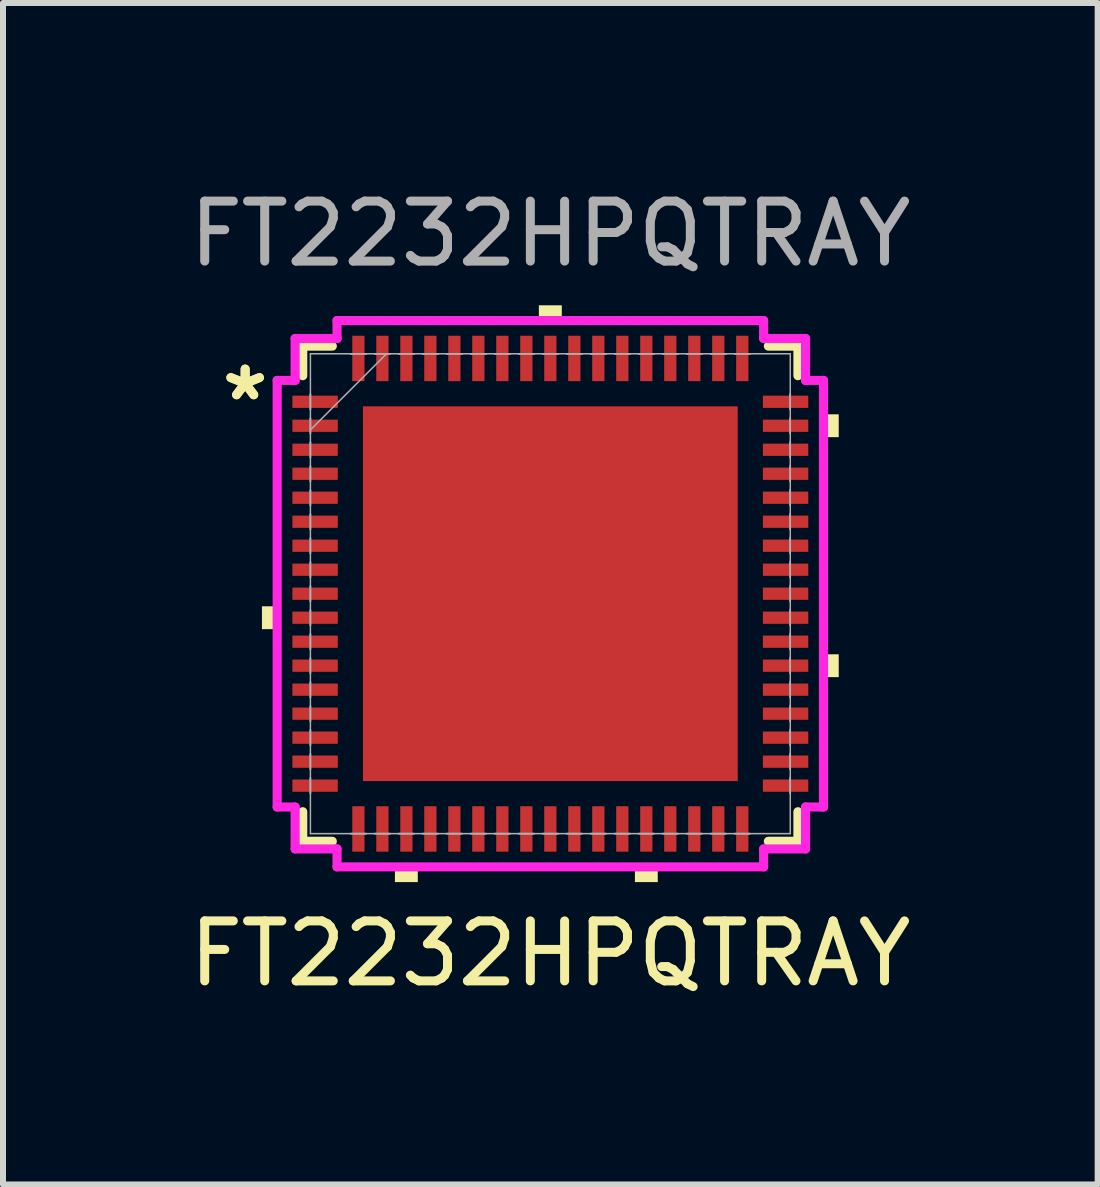
<source format=kicad_pcb>
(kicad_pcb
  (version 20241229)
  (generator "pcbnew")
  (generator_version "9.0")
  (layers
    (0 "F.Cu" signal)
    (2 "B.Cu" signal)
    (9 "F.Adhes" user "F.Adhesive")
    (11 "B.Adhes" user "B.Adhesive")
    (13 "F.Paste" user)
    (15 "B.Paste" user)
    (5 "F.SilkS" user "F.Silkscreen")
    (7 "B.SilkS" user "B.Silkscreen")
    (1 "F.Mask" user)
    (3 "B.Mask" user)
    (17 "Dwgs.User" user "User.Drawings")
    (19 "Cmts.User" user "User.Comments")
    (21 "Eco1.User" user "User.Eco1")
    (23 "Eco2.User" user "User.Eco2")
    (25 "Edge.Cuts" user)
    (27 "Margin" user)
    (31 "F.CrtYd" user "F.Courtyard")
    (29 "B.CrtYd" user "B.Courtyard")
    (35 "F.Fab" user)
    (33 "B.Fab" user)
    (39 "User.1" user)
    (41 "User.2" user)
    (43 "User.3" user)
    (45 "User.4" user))
  (footprint "FT2232HPQTRAY"
    (layer "F.Cu")
    (at 6.125 6.848)
    (property "Reference" "FT2232HPQTRAY" (at 0 6 0) (unlocked yes) (layer "F.SilkS") (effects (font (size 1 1) (thickness 0.15))))
    (attr smd)
    (fp_line (start -4.128 -4.128) (end -4.128 -3.635) (stroke (width 0.152) (type solid)) (layer "F.SilkS"))
    (fp_line (start -4.128 3.635) (end -4.128 4.128) (stroke (width 0.152) (type solid)) (layer "F.SilkS"))
    (fp_line (start -4.128 4.128) (end -3.635 4.128) (stroke (width 0.152) (type solid)) (layer "F.SilkS"))
    (fp_line (start -3.635 -4.128) (end -4.128 -4.128) (stroke (width 0.152) (type solid)) (layer "F.SilkS"))
    (fp_line (start 3.635 4.128) (end 4.128 4.128) (stroke (width 0.152) (type solid)) (layer "F.SilkS"))
    (fp_line (start 4.128 -4.128) (end 3.635 -4.128) (stroke (width 0.152) (type solid)) (layer "F.SilkS"))
    (fp_line (start 4.128 -3.635) (end 4.128 -4.128) (stroke (width 0.152) (type solid)) (layer "F.SilkS"))
    (fp_line (start 4.128 4.128) (end 4.128 3.635) (stroke (width 0.152) (type solid)) (layer "F.SilkS"))
    (fp_poly (pts (xy -4.808 0.21) (xy -4.808 0.591) (xy -4.554 0.591) (xy -4.554 0.21)) (stroke (width 0) (type solid)) (fill yes) (layer "F.SilkS"))
    (fp_poly (pts (xy -2.591 4.554) (xy -2.591 4.808) (xy -2.21 4.808) (xy -2.21 4.554)) (stroke (width 0) (type solid)) (fill yes) (layer "F.SilkS"))
    (fp_poly (pts (xy -0.191 -4.554) (xy -0.191 -4.808) (xy 0.191 -4.808) (xy 0.191 -4.554)) (stroke (width 0) (type solid)) (fill yes) (layer "F.SilkS"))
    (fp_poly (pts (xy 1.41 4.554) (xy 1.41 4.808) (xy 1.791 4.808) (xy 1.791 4.554)) (stroke (width 0) (type solid)) (fill yes) (layer "F.SilkS"))
    (fp_poly (pts (xy 4.808 -2.991) (xy 4.808 -2.61) (xy 4.554 -2.61) (xy 4.554 -2.991)) (stroke (width 0) (type solid)) (fill yes) (layer "F.SilkS"))
    (fp_poly (pts (xy 4.808 1.01) (xy 4.808 1.391) (xy 4.554 1.391) (xy 4.554 1.01)) (stroke (width 0) (type solid)) (fill yes) (layer "F.SilkS"))
    (fp_line (start -4.554 -3.556) (end -4.255 -3.556) (stroke (width 0.152) (type solid)) (layer "F.CrtYd"))
    (fp_line (start -4.554 3.556) (end -4.554 -3.556) (stroke (width 0.152) (type solid)) (layer "F.CrtYd"))
    (fp_line (start -4.255 -4.255) (end -3.556 -4.255) (stroke (width 0.152) (type solid)) (layer "F.CrtYd"))
    (fp_line (start -4.255 -3.556) (end -4.255 -4.255) (stroke (width 0.152) (type solid)) (layer "F.CrtYd"))
    (fp_line (start -4.255 3.556) (end -4.554 3.556) (stroke (width 0.152) (type solid)) (layer "F.CrtYd"))
    (fp_line (start -4.255 4.255) (end -4.255 3.556) (stroke (width 0.152) (type solid)) (layer "F.CrtYd"))
    (fp_line (start -3.556 -4.554) (end 3.556 -4.554) (stroke (width 0.152) (type solid)) (layer "F.CrtYd"))
    (fp_line (start -3.556 -4.255) (end -3.556 -4.554) (stroke (width 0.152) (type solid)) (layer "F.CrtYd"))
    (fp_line (start -3.556 4.255) (end -4.255 4.255) (stroke (width 0.152) (type solid)) (layer "F.CrtYd"))
    (fp_line (start -3.556 4.554) (end -3.556 4.255) (stroke (width 0.152) (type solid)) (layer "F.CrtYd"))
    (fp_line (start 3.556 -4.554) (end 3.556 -4.255) (stroke (width 0.152) (type solid)) (layer "F.CrtYd"))
    (fp_line (start 3.556 -4.255) (end 4.255 -4.255) (stroke (width 0.152) (type solid)) (layer "F.CrtYd"))
    (fp_line (start 3.556 4.255) (end 3.556 4.554) (stroke (width 0.152) (type solid)) (layer "F.CrtYd"))
    (fp_line (start 3.556 4.554) (end -3.556 4.554) (stroke (width 0.152) (type solid)) (layer "F.CrtYd"))
    (fp_line (start 4.255 -4.255) (end 4.255 -3.556) (stroke (width 0.152) (type solid)) (layer "F.CrtYd"))
    (fp_line (start 4.255 -3.556) (end 4.554 -3.556) (stroke (width 0.152) (type solid)) (layer "F.CrtYd"))
    (fp_line (start 4.255 3.556) (end 4.255 4.255) (stroke (width 0.152) (type solid)) (layer "F.CrtYd"))
    (fp_line (start 4.255 4.255) (end 3.556 4.255) (stroke (width 0.152) (type solid)) (layer "F.CrtYd"))
    (fp_line (start 4.554 -3.556) (end 4.554 3.556) (stroke (width 0.152) (type solid)) (layer "F.CrtYd"))
    (fp_line (start 4.554 3.556) (end 4.255 3.556) (stroke (width 0.152) (type solid)) (layer "F.CrtYd"))
    (fp_line (start -4 -4) (end -4 4) (stroke (width 0.025) (type solid)) (layer "F.Fab"))
    (fp_line (start -4 -3.327) (end -4 -3.327) (stroke (width 0.025) (type solid)) (layer "F.Fab"))
    (fp_line (start -4 -3.327) (end -4 -3.073) (stroke (width 0.025) (type solid)) (layer "F.Fab"))
    (fp_line (start -4 -3.073) (end -4 -3.327) (stroke (width 0.025) (type solid)) (layer "F.Fab"))
    (fp_line (start -4 -3.073) (end -4 -3.073) (stroke (width 0.025) (type solid)) (layer "F.Fab"))
    (fp_line (start -4 -2.927) (end -4 -2.927) (stroke (width 0.025) (type solid)) (layer "F.Fab"))
    (fp_line (start -4 -2.927) (end -4 -2.673) (stroke (width 0.025) (type solid)) (layer "F.Fab"))
    (fp_line (start -4 -2.731) (end -2.731 -4) (stroke (width 0.025) (type solid)) (layer "F.Fab"))
    (fp_line (start -4 -2.673) (end -4 -2.927) (stroke (width 0.025) (type solid)) (layer "F.Fab"))
    (fp_line (start -4 -2.673) (end -4 -2.673) (stroke (width 0.025) (type solid)) (layer "F.Fab"))
    (fp_line (start -4 -2.527) (end -4 -2.527) (stroke (width 0.025) (type solid)) (layer "F.Fab"))
    (fp_line (start -4 -2.527) (end -4 -2.273) (stroke (width 0.025) (type solid)) (layer "F.Fab"))
    (fp_line (start -4 -2.273) (end -4 -2.527) (stroke (width 0.025) (type solid)) (layer "F.Fab"))
    (fp_line (start -4 -2.273) (end -4 -2.273) (stroke (width 0.025) (type solid)) (layer "F.Fab"))
    (fp_line (start -4 -2.127) (end -4 -2.127) (stroke (width 0.025) (type solid)) (layer "F.Fab"))
    (fp_line (start -4 -2.127) (end -4 -1.873) (stroke (width 0.025) (type solid)) (layer "F.Fab"))
    (fp_line (start -4 -1.873) (end -4 -2.127) (stroke (width 0.025) (type solid)) (layer "F.Fab"))
    (fp_line (start -4 -1.873) (end -4 -1.873) (stroke (width 0.025) (type solid)) (layer "F.Fab"))
    (fp_line (start -4 -1.727) (end -4 -1.727) (stroke (width 0.025) (type solid)) (layer "F.Fab"))
    (fp_line (start -4 -1.727) (end -4 -1.473) (stroke (width 0.025) (type solid)) (layer "F.Fab"))
    (fp_line (start -4 -1.473) (end -4 -1.727) (stroke (width 0.025) (type solid)) (layer "F.Fab"))
    (fp_line (start -4 -1.473) (end -4 -1.473) (stroke (width 0.025) (type solid)) (layer "F.Fab"))
    (fp_line (start -4 -1.327) (end -4 -1.327) (stroke (width 0.025) (type solid)) (layer "F.Fab"))
    (fp_line (start -4 -1.327) (end -4 -1.073) (stroke (width 0.025) (type solid)) (layer "F.Fab"))
    (fp_line (start -4 -1.073) (end -4 -1.327) (stroke (width 0.025) (type solid)) (layer "F.Fab"))
    (fp_line (start -4 -1.073) (end -4 -1.073) (stroke (width 0.025) (type solid)) (layer "F.Fab"))
    (fp_line (start -4 -0.927) (end -4 -0.927) (stroke (width 0.025) (type solid)) (layer "F.Fab"))
    (fp_line (start -4 -0.927) (end -4 -0.673) (stroke (width 0.025) (type solid)) (layer "F.Fab"))
    (fp_line (start -4 -0.673) (end -4 -0.927) (stroke (width 0.025) (type solid)) (layer "F.Fab"))
    (fp_line (start -4 -0.673) (end -4 -0.673) (stroke (width 0.025) (type solid)) (layer "F.Fab"))
    (fp_line (start -4 -0.527) (end -4 -0.527) (stroke (width 0.025) (type solid)) (layer "F.Fab"))
    (fp_line (start -4 -0.527) (end -4 -0.273) (stroke (width 0.025) (type solid)) (layer "F.Fab"))
    (fp_line (start -4 -0.273) (end -4 -0.527) (stroke (width 0.025) (type solid)) (layer "F.Fab"))
    (fp_line (start -4 -0.273) (end -4 -0.273) (stroke (width 0.025) (type solid)) (layer "F.Fab"))
    (fp_line (start -4 -0.127) (end -4 -0.127) (stroke (width 0.025) (type solid)) (layer "F.Fab"))
    (fp_line (start -4 -0.127) (end -4 0.127) (stroke (width 0.025) (type solid)) (layer "F.Fab"))
    (fp_line (start -4 0.127) (end -4 -0.127) (stroke (width 0.025) (type solid)) (layer "F.Fab"))
    (fp_line (start -4 0.127) (end -4 0.127) (stroke (width 0.025) (type solid)) (layer "F.Fab"))
    (fp_line (start -4 0.273) (end -4 0.273) (stroke (width 0.025) (type solid)) (layer "F.Fab"))
    (fp_line (start -4 0.273) (end -4 0.527) (stroke (width 0.025) (type solid)) (layer "F.Fab"))
    (fp_line (start -4 0.527) (end -4 0.273) (stroke (width 0.025) (type solid)) (layer "F.Fab"))
    (fp_line (start -4 0.527) (end -4 0.527) (stroke (width 0.025) (type solid)) (layer "F.Fab"))
    (fp_line (start -4 0.673) (end -4 0.673) (stroke (width 0.025) (type solid)) (layer "F.Fab"))
    (fp_line (start -4 0.673) (end -4 0.927) (stroke (width 0.025) (type solid)) (layer "F.Fab"))
    (fp_line (start -4 0.927) (end -4 0.673) (stroke (width 0.025) (type solid)) (layer "F.Fab"))
    (fp_line (start -4 0.927) (end -4 0.927) (stroke (width 0.025) (type solid)) (layer "F.Fab"))
    (fp_line (start -4 1.073) (end -4 1.073) (stroke (width 0.025) (type solid)) (layer "F.Fab"))
    (fp_line (start -4 1.073) (end -4 1.327) (stroke (width 0.025) (type solid)) (layer "F.Fab"))
    (fp_line (start -4 1.327) (end -4 1.073) (stroke (width 0.025) (type solid)) (layer "F.Fab"))
    (fp_line (start -4 1.327) (end -4 1.327) (stroke (width 0.025) (type solid)) (layer "F.Fab"))
    (fp_line (start -4 1.473) (end -4 1.473) (stroke (width 0.025) (type solid)) (layer "F.Fab"))
    (fp_line (start -4 1.473) (end -4 1.727) (stroke (width 0.025) (type solid)) (layer "F.Fab"))
    (fp_line (start -4 1.727) (end -4 1.473) (stroke (width 0.025) (type solid)) (layer "F.Fab"))
    (fp_line (start -4 1.727) (end -4 1.727) (stroke (width 0.025) (type solid)) (layer "F.Fab"))
    (fp_line (start -4 1.873) (end -4 1.873) (stroke (width 0.025) (type solid)) (layer "F.Fab"))
    (fp_line (start -4 1.873) (end -4 2.127) (stroke (width 0.025) (type solid)) (layer "F.Fab"))
    (fp_line (start -4 2.127) (end -4 1.873) (stroke (width 0.025) (type solid)) (layer "F.Fab"))
    (fp_line (start -4 2.127) (end -4 2.127) (stroke (width 0.025) (type solid)) (layer "F.Fab"))
    (fp_line (start -4 2.273) (end -4 2.273) (stroke (width 0.025) (type solid)) (layer "F.Fab"))
    (fp_line (start -4 2.273) (end -4 2.527) (stroke (width 0.025) (type solid)) (layer "F.Fab"))
    (fp_line (start -4 2.527) (end -4 2.273) (stroke (width 0.025) (type solid)) (layer "F.Fab"))
    (fp_line (start -4 2.527) (end -4 2.527) (stroke (width 0.025) (type solid)) (layer "F.Fab"))
    (fp_line (start -4 2.673) (end -4 2.673) (stroke (width 0.025) (type solid)) (layer "F.Fab"))
    (fp_line (start -4 2.673) (end -4 2.927) (stroke (width 0.025) (type solid)) (layer "F.Fab"))
    (fp_line (start -4 2.927) (end -4 2.673) (stroke (width 0.025) (type solid)) (layer "F.Fab"))
    (fp_line (start -4 2.927) (end -4 2.927) (stroke (width 0.025) (type solid)) (layer "F.Fab"))
    (fp_line (start -4 3.073) (end -4 3.073) (stroke (width 0.025) (type solid)) (layer "F.Fab"))
    (fp_line (start -4 3.073) (end -4 3.327) (stroke (width 0.025) (type solid)) (layer "F.Fab"))
    (fp_line (start -4 3.327) (end -4 3.073) (stroke (width 0.025) (type solid)) (layer "F.Fab"))
    (fp_line (start -4 3.327) (end -4 3.327) (stroke (width 0.025) (type solid)) (layer "F.Fab"))
    (fp_line (start -4 4) (end 4 4) (stroke (width 0.025) (type solid)) (layer "F.Fab"))
    (fp_line (start -3.327 -4) (end -3.327 -4) (stroke (width 0.025) (type solid)) (layer "F.Fab"))
    (fp_line (start -3.327 -4) (end -3.073 -4) (stroke (width 0.025) (type solid)) (layer "F.Fab"))
    (fp_line (start -3.327 4) (end -3.327 4) (stroke (width 0.025) (type solid)) (layer "F.Fab"))
    (fp_line (start -3.327 4) (end -3.073 4) (stroke (width 0.025) (type solid)) (layer "F.Fab"))
    (fp_line (start -3.073 -4) (end -3.327 -4) (stroke (width 0.025) (type solid)) (layer "F.Fab"))
    (fp_line (start -3.073 -4) (end -3.073 -4) (stroke (width 0.025) (type solid)) (layer "F.Fab"))
    (fp_line (start -3.073 4) (end -3.327 4) (stroke (width 0.025) (type solid)) (layer "F.Fab"))
    (fp_line (start -3.073 4) (end -3.073 4) (stroke (width 0.025) (type solid)) (layer "F.Fab"))
    (fp_line (start -2.927 -4) (end -2.927 -4) (stroke (width 0.025) (type solid)) (layer "F.Fab"))
    (fp_line (start -2.927 -4) (end -2.673 -4) (stroke (width 0.025) (type solid)) (layer "F.Fab"))
    (fp_line (start -2.927 4) (end -2.927 4) (stroke (width 0.025) (type solid)) (layer "F.Fab"))
    (fp_line (start -2.927 4) (end -2.673 4) (stroke (width 0.025) (type solid)) (layer "F.Fab"))
    (fp_line (start -2.673 -4) (end -2.927 -4) (stroke (width 0.025) (type solid)) (layer "F.Fab"))
    (fp_line (start -2.673 -4) (end -2.673 -4) (stroke (width 0.025) (type solid)) (layer "F.Fab"))
    (fp_line (start -2.673 4) (end -2.927 4) (stroke (width 0.025) (type solid)) (layer "F.Fab"))
    (fp_line (start -2.673 4) (end -2.673 4) (stroke (width 0.025) (type solid)) (layer "F.Fab"))
    (fp_line (start -2.527 -4) (end -2.527 -4) (stroke (width 0.025) (type solid)) (layer "F.Fab"))
    (fp_line (start -2.527 -4) (end -2.273 -4) (stroke (width 0.025) (type solid)) (layer "F.Fab"))
    (fp_line (start -2.527 4) (end -2.527 4) (stroke (width 0.025) (type solid)) (layer "F.Fab"))
    (fp_line (start -2.527 4) (end -2.273 4) (stroke (width 0.025) (type solid)) (layer "F.Fab"))
    (fp_line (start -2.273 -4) (end -2.527 -4) (stroke (width 0.025) (type solid)) (layer "F.Fab"))
    (fp_line (start -2.273 -4) (end -2.273 -4) (stroke (width 0.025) (type solid)) (layer "F.Fab"))
    (fp_line (start -2.273 4) (end -2.527 4) (stroke (width 0.025) (type solid)) (layer "F.Fab"))
    (fp_line (start -2.273 4) (end -2.273 4) (stroke (width 0.025) (type solid)) (layer "F.Fab"))
    (fp_line (start -2.127 -4) (end -2.127 -4) (stroke (width 0.025) (type solid)) (layer "F.Fab"))
    (fp_line (start -2.127 -4) (end -1.873 -4) (stroke (width 0.025) (type solid)) (layer "F.Fab"))
    (fp_line (start -2.127 4) (end -2.127 4) (stroke (width 0.025) (type solid)) (layer "F.Fab"))
    (fp_line (start -2.127 4) (end -1.873 4) (stroke (width 0.025) (type solid)) (layer "F.Fab"))
    (fp_line (start -1.873 -4) (end -2.127 -4) (stroke (width 0.025) (type solid)) (layer "F.Fab"))
    (fp_line (start -1.873 -4) (end -1.873 -4) (stroke (width 0.025) (type solid)) (layer "F.Fab"))
    (fp_line (start -1.873 4) (end -2.127 4) (stroke (width 0.025) (type solid)) (layer "F.Fab"))
    (fp_line (start -1.873 4) (end -1.873 4) (stroke (width 0.025) (type solid)) (layer "F.Fab"))
    (fp_line (start -1.727 -4) (end -1.727 -4) (stroke (width 0.025) (type solid)) (layer "F.Fab"))
    (fp_line (start -1.727 -4) (end -1.473 -4) (stroke (width 0.025) (type solid)) (layer "F.Fab"))
    (fp_line (start -1.727 4) (end -1.727 4) (stroke (width 0.025) (type solid)) (layer "F.Fab"))
    (fp_line (start -1.727 4) (end -1.473 4) (stroke (width 0.025) (type solid)) (layer "F.Fab"))
    (fp_line (start -1.473 -4) (end -1.727 -4) (stroke (width 0.025) (type solid)) (layer "F.Fab"))
    (fp_line (start -1.473 -4) (end -1.473 -4) (stroke (width 0.025) (type solid)) (layer "F.Fab"))
    (fp_line (start -1.473 4) (end -1.727 4) (stroke (width 0.025) (type solid)) (layer "F.Fab"))
    (fp_line (start -1.473 4) (end -1.473 4) (stroke (width 0.025) (type solid)) (layer "F.Fab"))
    (fp_line (start -1.327 -4) (end -1.327 -4) (stroke (width 0.025) (type solid)) (layer "F.Fab"))
    (fp_line (start -1.327 -4) (end -1.073 -4) (stroke (width 0.025) (type solid)) (layer "F.Fab"))
    (fp_line (start -1.327 4) (end -1.327 4) (stroke (width 0.025) (type solid)) (layer "F.Fab"))
    (fp_line (start -1.327 4) (end -1.073 4) (stroke (width 0.025) (type solid)) (layer "F.Fab"))
    (fp_line (start -1.073 -4) (end -1.327 -4) (stroke (width 0.025) (type solid)) (layer "F.Fab"))
    (fp_line (start -1.073 -4) (end -1.073 -4) (stroke (width 0.025) (type solid)) (layer "F.Fab"))
    (fp_line (start -1.073 4) (end -1.327 4) (stroke (width 0.025) (type solid)) (layer "F.Fab"))
    (fp_line (start -1.073 4) (end -1.073 4) (stroke (width 0.025) (type solid)) (layer "F.Fab"))
    (fp_line (start -0.927 -4) (end -0.927 -4) (stroke (width 0.025) (type solid)) (layer "F.Fab"))
    (fp_line (start -0.927 -4) (end -0.673 -4) (stroke (width 0.025) (type solid)) (layer "F.Fab"))
    (fp_line (start -0.927 4) (end -0.927 4) (stroke (width 0.025) (type solid)) (layer "F.Fab"))
    (fp_line (start -0.927 4) (end -0.673 4) (stroke (width 0.025) (type solid)) (layer "F.Fab"))
    (fp_line (start -0.673 -4) (end -0.927 -4) (stroke (width 0.025) (type solid)) (layer "F.Fab"))
    (fp_line (start -0.673 -4) (end -0.673 -4) (stroke (width 0.025) (type solid)) (layer "F.Fab"))
    (fp_line (start -0.673 4) (end -0.927 4) (stroke (width 0.025) (type solid)) (layer "F.Fab"))
    (fp_line (start -0.673 4) (end -0.673 4) (stroke (width 0.025) (type solid)) (layer "F.Fab"))
    (fp_line (start -0.527 -4) (end -0.527 -4) (stroke (width 0.025) (type solid)) (layer "F.Fab"))
    (fp_line (start -0.527 -4) (end -0.273 -4) (stroke (width 0.025) (type solid)) (layer "F.Fab"))
    (fp_line (start -0.527 4) (end -0.527 4) (stroke (width 0.025) (type solid)) (layer "F.Fab"))
    (fp_line (start -0.527 4) (end -0.273 4) (stroke (width 0.025) (type solid)) (layer "F.Fab"))
    (fp_line (start -0.273 -4) (end -0.527 -4) (stroke (width 0.025) (type solid)) (layer "F.Fab"))
    (fp_line (start -0.273 -4) (end -0.273 -4) (stroke (width 0.025) (type solid)) (layer "F.Fab"))
    (fp_line (start -0.273 4) (end -0.527 4) (stroke (width 0.025) (type solid)) (layer "F.Fab"))
    (fp_line (start -0.273 4) (end -0.273 4) (stroke (width 0.025) (type solid)) (layer "F.Fab"))
    (fp_line (start -0.127 -4) (end -0.127 -4) (stroke (width 0.025) (type solid)) (layer "F.Fab"))
    (fp_line (start -0.127 -4) (end 0.127 -4) (stroke (width 0.025) (type solid)) (layer "F.Fab"))
    (fp_line (start -0.127 4) (end -0.127 4) (stroke (width 0.025) (type solid)) (layer "F.Fab"))
    (fp_line (start -0.127 4) (end 0.127 4) (stroke (width 0.025) (type solid)) (layer "F.Fab"))
    (fp_line (start 0.127 -4) (end -0.127 -4) (stroke (width 0.025) (type solid)) (layer "F.Fab"))
    (fp_line (start 0.127 -4) (end 0.127 -4) (stroke (width 0.025) (type solid)) (layer "F.Fab"))
    (fp_line (start 0.127 4) (end -0.127 4) (stroke (width 0.025) (type solid)) (layer "F.Fab"))
    (fp_line (start 0.127 4) (end 0.127 4) (stroke (width 0.025) (type solid)) (layer "F.Fab"))
    (fp_line (start 0.273 -4) (end 0.273 -4) (stroke (width 0.025) (type solid)) (layer "F.Fab"))
    (fp_line (start 0.273 -4) (end 0.527 -4) (stroke (width 0.025) (type solid)) (layer "F.Fab"))
    (fp_line (start 0.273 4) (end 0.273 4) (stroke (width 0.025) (type solid)) (layer "F.Fab"))
    (fp_line (start 0.273 4) (end 0.527 4) (stroke (width 0.025) (type solid)) (layer "F.Fab"))
    (fp_line (start 0.527 -4) (end 0.273 -4) (stroke (width 0.025) (type solid)) (layer "F.Fab"))
    (fp_line (start 0.527 -4) (end 0.527 -4) (stroke (width 0.025) (type solid)) (layer "F.Fab"))
    (fp_line (start 0.527 4) (end 0.273 4) (stroke (width 0.025) (type solid)) (layer "F.Fab"))
    (fp_line (start 0.527 4) (end 0.527 4) (stroke (width 0.025) (type solid)) (layer "F.Fab"))
    (fp_line (start 0.673 -4) (end 0.673 -4) (stroke (width 0.025) (type solid)) (layer "F.Fab"))
    (fp_line (start 0.673 -4) (end 0.927 -4) (stroke (width 0.025) (type solid)) (layer "F.Fab"))
    (fp_line (start 0.673 4) (end 0.673 4) (stroke (width 0.025) (type solid)) (layer "F.Fab"))
    (fp_line (start 0.673 4) (end 0.927 4) (stroke (width 0.025) (type solid)) (layer "F.Fab"))
    (fp_line (start 0.927 -4) (end 0.673 -4) (stroke (width 0.025) (type solid)) (layer "F.Fab"))
    (fp_line (start 0.927 -4) (end 0.927 -4) (stroke (width 0.025) (type solid)) (layer "F.Fab"))
    (fp_line (start 0.927 4) (end 0.673 4) (stroke (width 0.025) (type solid)) (layer "F.Fab"))
    (fp_line (start 0.927 4) (end 0.927 4) (stroke (width 0.025) (type solid)) (layer "F.Fab"))
    (fp_line (start 1.073 -4) (end 1.073 -4) (stroke (width 0.025) (type solid)) (layer "F.Fab"))
    (fp_line (start 1.073 -4) (end 1.327 -4) (stroke (width 0.025) (type solid)) (layer "F.Fab"))
    (fp_line (start 1.073 4) (end 1.073 4) (stroke (width 0.025) (type solid)) (layer "F.Fab"))
    (fp_line (start 1.073 4) (end 1.327 4) (stroke (width 0.025) (type solid)) (layer "F.Fab"))
    (fp_line (start 1.327 -4) (end 1.073 -4) (stroke (width 0.025) (type solid)) (layer "F.Fab"))
    (fp_line (start 1.327 -4) (end 1.327 -4) (stroke (width 0.025) (type solid)) (layer "F.Fab"))
    (fp_line (start 1.327 4) (end 1.073 4) (stroke (width 0.025) (type solid)) (layer "F.Fab"))
    (fp_line (start 1.327 4) (end 1.327 4) (stroke (width 0.025) (type solid)) (layer "F.Fab"))
    (fp_line (start 1.473 -4) (end 1.473 -4) (stroke (width 0.025) (type solid)) (layer "F.Fab"))
    (fp_line (start 1.473 -4) (end 1.727 -4) (stroke (width 0.025) (type solid)) (layer "F.Fab"))
    (fp_line (start 1.473 4) (end 1.473 4) (stroke (width 0.025) (type solid)) (layer "F.Fab"))
    (fp_line (start 1.473 4) (end 1.727 4) (stroke (width 0.025) (type solid)) (layer "F.Fab"))
    (fp_line (start 1.727 -4) (end 1.473 -4) (stroke (width 0.025) (type solid)) (layer "F.Fab"))
    (fp_line (start 1.727 -4) (end 1.727 -4) (stroke (width 0.025) (type solid)) (layer "F.Fab"))
    (fp_line (start 1.727 4) (end 1.473 4) (stroke (width 0.025) (type solid)) (layer "F.Fab"))
    (fp_line (start 1.727 4) (end 1.727 4) (stroke (width 0.025) (type solid)) (layer "F.Fab"))
    (fp_line (start 1.873 -4) (end 1.873 -4) (stroke (width 0.025) (type solid)) (layer "F.Fab"))
    (fp_line (start 1.873 -4) (end 2.127 -4) (stroke (width 0.025) (type solid)) (layer "F.Fab"))
    (fp_line (start 1.873 4) (end 1.873 4) (stroke (width 0.025) (type solid)) (layer "F.Fab"))
    (fp_line (start 1.873 4) (end 2.127 4) (stroke (width 0.025) (type solid)) (layer "F.Fab"))
    (fp_line (start 2.127 -4) (end 1.873 -4) (stroke (width 0.025) (type solid)) (layer "F.Fab"))
    (fp_line (start 2.127 -4) (end 2.127 -4) (stroke (width 0.025) (type solid)) (layer "F.Fab"))
    (fp_line (start 2.127 4) (end 1.873 4) (stroke (width 0.025) (type solid)) (layer "F.Fab"))
    (fp_line (start 2.127 4) (end 2.127 4) (stroke (width 0.025) (type solid)) (layer "F.Fab"))
    (fp_line (start 2.273 -4) (end 2.273 -4) (stroke (width 0.025) (type solid)) (layer "F.Fab"))
    (fp_line (start 2.273 -4) (end 2.527 -4) (stroke (width 0.025) (type solid)) (layer "F.Fab"))
    (fp_line (start 2.273 4) (end 2.273 4) (stroke (width 0.025) (type solid)) (layer "F.Fab"))
    (fp_line (start 2.273 4) (end 2.527 4) (stroke (width 0.025) (type solid)) (layer "F.Fab"))
    (fp_line (start 2.527 -4) (end 2.273 -4) (stroke (width 0.025) (type solid)) (layer "F.Fab"))
    (fp_line (start 2.527 -4) (end 2.527 -4) (stroke (width 0.025) (type solid)) (layer "F.Fab"))
    (fp_line (start 2.527 4) (end 2.273 4) (stroke (width 0.025) (type solid)) (layer "F.Fab"))
    (fp_line (start 2.527 4) (end 2.527 4) (stroke (width 0.025) (type solid)) (layer "F.Fab"))
    (fp_line (start 2.673 -4) (end 2.673 -4) (stroke (width 0.025) (type solid)) (layer "F.Fab"))
    (fp_line (start 2.673 -4) (end 2.927 -4) (stroke (width 0.025) (type solid)) (layer "F.Fab"))
    (fp_line (start 2.673 4) (end 2.673 4) (stroke (width 0.025) (type solid)) (layer "F.Fab"))
    (fp_line (start 2.673 4) (end 2.927 4) (stroke (width 0.025) (type solid)) (layer "F.Fab"))
    (fp_line (start 2.927 -4) (end 2.673 -4) (stroke (width 0.025) (type solid)) (layer "F.Fab"))
    (fp_line (start 2.927 -4) (end 2.927 -4) (stroke (width 0.025) (type solid)) (layer "F.Fab"))
    (fp_line (start 2.927 4) (end 2.673 4) (stroke (width 0.025) (type solid)) (layer "F.Fab"))
    (fp_line (start 2.927 4) (end 2.927 4) (stroke (width 0.025) (type solid)) (layer "F.Fab"))
    (fp_line (start 3.073 -4) (end 3.073 -4) (stroke (width 0.025) (type solid)) (layer "F.Fab"))
    (fp_line (start 3.073 -4) (end 3.327 -4) (stroke (width 0.025) (type solid)) (layer "F.Fab"))
    (fp_line (start 3.073 4) (end 3.073 4) (stroke (width 0.025) (type solid)) (layer "F.Fab"))
    (fp_line (start 3.073 4) (end 3.327 4) (stroke (width 0.025) (type solid)) (layer "F.Fab"))
    (fp_line (start 3.327 -4) (end 3.073 -4) (stroke (width 0.025) (type solid)) (layer "F.Fab"))
    (fp_line (start 3.327 -4) (end 3.327 -4) (stroke (width 0.025) (type solid)) (layer "F.Fab"))
    (fp_line (start 3.327 4) (end 3.073 4) (stroke (width 0.025) (type solid)) (layer "F.Fab"))
    (fp_line (start 3.327 4) (end 3.327 4) (stroke (width 0.025) (type solid)) (layer "F.Fab"))
    (fp_line (start 4 -4) (end -4 -4) (stroke (width 0.025) (type solid)) (layer "F.Fab"))
    (fp_line (start 4 -3.327) (end 4 -3.327) (stroke (width 0.025) (type solid)) (layer "F.Fab"))
    (fp_line (start 4 -3.327) (end 4 -3.073) (stroke (width 0.025) (type solid)) (layer "F.Fab"))
    (fp_line (start 4 -3.073) (end 4 -3.327) (stroke (width 0.025) (type solid)) (layer "F.Fab"))
    (fp_line (start 4 -3.073) (end 4 -3.073) (stroke (width 0.025) (type solid)) (layer "F.Fab"))
    (fp_line (start 4 -2.927) (end 4 -2.927) (stroke (width 0.025) (type solid)) (layer "F.Fab"))
    (fp_line (start 4 -2.927) (end 4 -2.673) (stroke (width 0.025) (type solid)) (layer "F.Fab"))
    (fp_line (start 4 -2.673) (end 4 -2.927) (stroke (width 0.025) (type solid)) (layer "F.Fab"))
    (fp_line (start 4 -2.673) (end 4 -2.673) (stroke (width 0.025) (type solid)) (layer "F.Fab"))
    (fp_line (start 4 -2.527) (end 4 -2.527) (stroke (width 0.025) (type solid)) (layer "F.Fab"))
    (fp_line (start 4 -2.527) (end 4 -2.273) (stroke (width 0.025) (type solid)) (layer "F.Fab"))
    (fp_line (start 4 -2.273) (end 4 -2.527) (stroke (width 0.025) (type solid)) (layer "F.Fab"))
    (fp_line (start 4 -2.273) (end 4 -2.273) (stroke (width 0.025) (type solid)) (layer "F.Fab"))
    (fp_line (start 4 -2.127) (end 4 -2.127) (stroke (width 0.025) (type solid)) (layer "F.Fab"))
    (fp_line (start 4 -2.127) (end 4 -1.873) (stroke (width 0.025) (type solid)) (layer "F.Fab"))
    (fp_line (start 4 -1.873) (end 4 -2.127) (stroke (width 0.025) (type solid)) (layer "F.Fab"))
    (fp_line (start 4 -1.873) (end 4 -1.873) (stroke (width 0.025) (type solid)) (layer "F.Fab"))
    (fp_line (start 4 -1.727) (end 4 -1.727) (stroke (width 0.025) (type solid)) (layer "F.Fab"))
    (fp_line (start 4 -1.727) (end 4 -1.473) (stroke (width 0.025) (type solid)) (layer "F.Fab"))
    (fp_line (start 4 -1.473) (end 4 -1.727) (stroke (width 0.025) (type solid)) (layer "F.Fab"))
    (fp_line (start 4 -1.473) (end 4 -1.473) (stroke (width 0.025) (type solid)) (layer "F.Fab"))
    (fp_line (start 4 -1.327) (end 4 -1.327) (stroke (width 0.025) (type solid)) (layer "F.Fab"))
    (fp_line (start 4 -1.327) (end 4 -1.073) (stroke (width 0.025) (type solid)) (layer "F.Fab"))
    (fp_line (start 4 -1.073) (end 4 -1.327) (stroke (width 0.025) (type solid)) (layer "F.Fab"))
    (fp_line (start 4 -1.073) (end 4 -1.073) (stroke (width 0.025) (type solid)) (layer "F.Fab"))
    (fp_line (start 4 -0.927) (end 4 -0.927) (stroke (width 0.025) (type solid)) (layer "F.Fab"))
    (fp_line (start 4 -0.927) (end 4 -0.673) (stroke (width 0.025) (type solid)) (layer "F.Fab"))
    (fp_line (start 4 -0.673) (end 4 -0.927) (stroke (width 0.025) (type solid)) (layer "F.Fab"))
    (fp_line (start 4 -0.673) (end 4 -0.673) (stroke (width 0.025) (type solid)) (layer "F.Fab"))
    (fp_line (start 4 -0.527) (end 4 -0.527) (stroke (width 0.025) (type solid)) (layer "F.Fab"))
    (fp_line (start 4 -0.527) (end 4 -0.273) (stroke (width 0.025) (type solid)) (layer "F.Fab"))
    (fp_line (start 4 -0.273) (end 4 -0.527) (stroke (width 0.025) (type solid)) (layer "F.Fab"))
    (fp_line (start 4 -0.273) (end 4 -0.273) (stroke (width 0.025) (type solid)) (layer "F.Fab"))
    (fp_line (start 4 -0.127) (end 4 -0.127) (stroke (width 0.025) (type solid)) (layer "F.Fab"))
    (fp_line (start 4 -0.127) (end 4 0.127) (stroke (width 0.025) (type solid)) (layer "F.Fab"))
    (fp_line (start 4 0.127) (end 4 -0.127) (stroke (width 0.025) (type solid)) (layer "F.Fab"))
    (fp_line (start 4 0.127) (end 4 0.127) (stroke (width 0.025) (type solid)) (layer "F.Fab"))
    (fp_line (start 4 0.273) (end 4 0.273) (stroke (width 0.025) (type solid)) (layer "F.Fab"))
    (fp_line (start 4 0.273) (end 4 0.527) (stroke (width 0.025) (type solid)) (layer "F.Fab"))
    (fp_line (start 4 0.527) (end 4 0.273) (stroke (width 0.025) (type solid)) (layer "F.Fab"))
    (fp_line (start 4 0.527) (end 4 0.527) (stroke (width 0.025) (type solid)) (layer "F.Fab"))
    (fp_line (start 4 0.673) (end 4 0.673) (stroke (width 0.025) (type solid)) (layer "F.Fab"))
    (fp_line (start 4 0.673) (end 4 0.927) (stroke (width 0.025) (type solid)) (layer "F.Fab"))
    (fp_line (start 4 0.927) (end 4 0.673) (stroke (width 0.025) (type solid)) (layer "F.Fab"))
    (fp_line (start 4 0.927) (end 4 0.927) (stroke (width 0.025) (type solid)) (layer "F.Fab"))
    (fp_line (start 4 1.073) (end 4 1.073) (stroke (width 0.025) (type solid)) (layer "F.Fab"))
    (fp_line (start 4 1.073) (end 4 1.327) (stroke (width 0.025) (type solid)) (layer "F.Fab"))
    (fp_line (start 4 1.327) (end 4 1.073) (stroke (width 0.025) (type solid)) (layer "F.Fab"))
    (fp_line (start 4 1.327) (end 4 1.327) (stroke (width 0.025) (type solid)) (layer "F.Fab"))
    (fp_line (start 4 1.473) (end 4 1.473) (stroke (width 0.025) (type solid)) (layer "F.Fab"))
    (fp_line (start 4 1.473) (end 4 1.727) (stroke (width 0.025) (type solid)) (layer "F.Fab"))
    (fp_line (start 4 1.727) (end 4 1.473) (stroke (width 0.025) (type solid)) (layer "F.Fab"))
    (fp_line (start 4 1.727) (end 4 1.727) (stroke (width 0.025) (type solid)) (layer "F.Fab"))
    (fp_line (start 4 1.873) (end 4 1.873) (stroke (width 0.025) (type solid)) (layer "F.Fab"))
    (fp_line (start 4 1.873) (end 4 2.127) (stroke (width 0.025) (type solid)) (layer "F.Fab"))
    (fp_line (start 4 2.127) (end 4 1.873) (stroke (width 0.025) (type solid)) (layer "F.Fab"))
    (fp_line (start 4 2.127) (end 4 2.127) (stroke (width 0.025) (type solid)) (layer "F.Fab"))
    (fp_line (start 4 2.273) (end 4 2.273) (stroke (width 0.025) (type solid)) (layer "F.Fab"))
    (fp_line (start 4 2.273) (end 4 2.527) (stroke (width 0.025) (type solid)) (layer "F.Fab"))
    (fp_line (start 4 2.527) (end 4 2.273) (stroke (width 0.025) (type solid)) (layer "F.Fab"))
    (fp_line (start 4 2.527) (end 4 2.527) (stroke (width 0.025) (type solid)) (layer "F.Fab"))
    (fp_line (start 4 2.673) (end 4 2.673) (stroke (width 0.025) (type solid)) (layer "F.Fab"))
    (fp_line (start 4 2.673) (end 4 2.927) (stroke (width 0.025) (type solid)) (layer "F.Fab"))
    (fp_line (start 4 2.927) (end 4 2.673) (stroke (width 0.025) (type solid)) (layer "F.Fab"))
    (fp_line (start 4 2.927) (end 4 2.927) (stroke (width 0.025) (type solid)) (layer "F.Fab"))
    (fp_line (start 4 3.073) (end 4 3.073) (stroke (width 0.025) (type solid)) (layer "F.Fab"))
    (fp_line (start 4 3.073) (end 4 3.327) (stroke (width 0.025) (type solid)) (layer "F.Fab"))
    (fp_line (start 4 3.327) (end 4 3.073) (stroke (width 0.025) (type solid)) (layer "F.Fab"))
    (fp_line (start 4 3.327) (end 4 3.327) (stroke (width 0.025) (type solid)) (layer "F.Fab"))
    (fp_line (start 4 4) (end 4 -4) (stroke (width 0.025) (type solid)) (layer "F.Fab"))
    (fp_text user "*" (at -5.088 -3.2 0) (layer "F.SilkS") (effects (font (size 1 1) (thickness 0.15))))
    (fp_text user "*" (at -5.088 -3.2 0) (unlocked yes) (layer "F.SilkS") (effects (font (size 1 1) (thickness 0.15))))
    (fp_text user "${REFERENCE}" (at 0 -6 0) (unlocked yes) (layer "F.Fab") (effects (font (size 1 1) (thickness 0.15))))
    (pad "" smd rect (at 0 0) (size 6.248 6.248) (layers "F.Cu" "F.Mask" "F.Paste"))
    (pad "1" smd rect (at -3.922 -3.2 90) (size 0.204 0.757) (layers "F.Cu" "F.Mask" "F.Paste"))
    (pad "2" smd rect (at -3.922 -2.8 90) (size 0.204 0.757) (layers "F.Cu" "F.Mask" "F.Paste"))
    (pad "3" smd rect (at -3.922 -2.4 90) (size 0.204 0.757) (layers "F.Cu" "F.Mask" "F.Paste"))
    (pad "4" smd rect (at -3.922 -2 90) (size 0.204 0.757) (layers "F.Cu" "F.Mask" "F.Paste"))
    (pad "5" smd rect (at -3.922 -1.6 90) (size 0.204 0.757) (layers "F.Cu" "F.Mask" "F.Paste"))
    (pad "6" smd rect (at -3.922 -1.2 90) (size 0.204 0.757) (layers "F.Cu" "F.Mask" "F.Paste"))
    (pad "7" smd rect (at -3.922 -0.8 90) (size 0.204 0.757) (layers "F.Cu" "F.Mask" "F.Paste"))
    (pad "8" smd rect (at -3.922 -0.4 90) (size 0.204 0.757) (layers "F.Cu" "F.Mask" "F.Paste"))
    (pad "9" smd rect (at -3.922 0 90) (size 0.204 0.757) (layers "F.Cu" "F.Mask" "F.Paste"))
    (pad "10" smd rect (at -3.922 0.4 90) (size 0.204 0.757) (layers "F.Cu" "F.Mask" "F.Paste"))
    (pad "11" smd rect (at -3.922 0.8 90) (size 0.204 0.757) (layers "F.Cu" "F.Mask" "F.Paste"))
    (pad "12" smd rect (at -3.922 1.2 90) (size 0.204 0.757) (layers "F.Cu" "F.Mask" "F.Paste"))
    (pad "13" smd rect (at -3.922 1.6 90) (size 0.204 0.757) (layers "F.Cu" "F.Mask" "F.Paste"))
    (pad "14" smd rect (at -3.922 2 90) (size 0.204 0.757) (layers "F.Cu" "F.Mask" "F.Paste"))
    (pad "15" smd rect (at -3.922 2.4 90) (size 0.204 0.757) (layers "F.Cu" "F.Mask" "F.Paste"))
    (pad "16" smd rect (at -3.922 2.8 90) (size 0.204 0.757) (layers "F.Cu" "F.Mask" "F.Paste"))
    (pad "17" smd rect (at -3.922 3.2 90) (size 0.204 0.757) (layers "F.Cu" "F.Mask" "F.Paste"))
    (pad "18" smd rect (at -3.2 3.922) (size 0.204 0.757) (layers "F.Cu" "F.Mask" "F.Paste"))
    (pad "19" smd rect (at -2.8 3.922) (size 0.204 0.757) (layers "F.Cu" "F.Mask" "F.Paste"))
    (pad "20" smd rect (at -2.4 3.922) (size 0.204 0.757) (layers "F.Cu" "F.Mask" "F.Paste"))
    (pad "21" smd rect (at -2 3.922) (size 0.204 0.757) (layers "F.Cu" "F.Mask" "F.Paste"))
    (pad "22" smd rect (at -1.6 3.922) (size 0.204 0.757) (layers "F.Cu" "F.Mask" "F.Paste"))
    (pad "23" smd rect (at -1.2 3.922) (size 0.204 0.757) (layers "F.Cu" "F.Mask" "F.Paste"))
    (pad "24" smd rect (at -0.8 3.922) (size 0.204 0.757) (layers "F.Cu" "F.Mask" "F.Paste"))
    (pad "25" smd rect (at -0.4 3.922) (size 0.204 0.757) (layers "F.Cu" "F.Mask" "F.Paste"))
    (pad "26" smd rect (at 0 3.922) (size 0.204 0.757) (layers "F.Cu" "F.Mask" "F.Paste"))
    (pad "27" smd rect (at 0.4 3.922) (size 0.204 0.757) (layers "F.Cu" "F.Mask" "F.Paste"))
    (pad "28" smd rect (at 0.8 3.922) (size 0.204 0.757) (layers "F.Cu" "F.Mask" "F.Paste"))
    (pad "29" smd rect (at 1.2 3.922) (size 0.204 0.757) (layers "F.Cu" "F.Mask" "F.Paste"))
    (pad "30" smd rect (at 1.6 3.922) (size 0.204 0.757) (layers "F.Cu" "F.Mask" "F.Paste"))
    (pad "31" smd rect (at 2 3.922) (size 0.204 0.757) (layers "F.Cu" "F.Mask" "F.Paste"))
    (pad "32" smd rect (at 2.4 3.922) (size 0.204 0.757) (layers "F.Cu" "F.Mask" "F.Paste"))
    (pad "33" smd rect (at 2.8 3.922) (size 0.204 0.757) (layers "F.Cu" "F.Mask" "F.Paste"))
    (pad "34" smd rect (at 3.2 3.922) (size 0.204 0.757) (layers "F.Cu" "F.Mask" "F.Paste"))
    (pad "35" smd rect (at 3.922 3.2 90) (size 0.204 0.757) (layers "F.Cu" "F.Mask" "F.Paste"))
    (pad "36" smd rect (at 3.922 2.8 90) (size 0.204 0.757) (layers "F.Cu" "F.Mask" "F.Paste"))
    (pad "37" smd rect (at 3.922 2.4 90) (size 0.204 0.757) (layers "F.Cu" "F.Mask" "F.Paste"))
    (pad "38" smd rect (at 3.922 2 90) (size 0.204 0.757) (layers "F.Cu" "F.Mask" "F.Paste"))
    (pad "39" smd rect (at 3.922 1.6 90) (size 0.204 0.757) (layers "F.Cu" "F.Mask" "F.Paste"))
    (pad "40" smd rect (at 3.922 1.2 90) (size 0.204 0.757) (layers "F.Cu" "F.Mask" "F.Paste"))
    (pad "41" smd rect (at 3.922 0.8 90) (size 0.204 0.757) (layers "F.Cu" "F.Mask" "F.Paste"))
    (pad "42" smd rect (at 3.922 0.4 90) (size 0.204 0.757) (layers "F.Cu" "F.Mask" "F.Paste"))
    (pad "43" smd rect (at 3.922 0 90) (size 0.204 0.757) (layers "F.Cu" "F.Mask" "F.Paste"))
    (pad "44" smd rect (at 3.922 -0.4 90) (size 0.204 0.757) (layers "F.Cu" "F.Mask" "F.Paste"))
    (pad "45" smd rect (at 3.922 -0.8 90) (size 0.204 0.757) (layers "F.Cu" "F.Mask" "F.Paste"))
    (pad "46" smd rect (at 3.922 -1.2 90) (size 0.204 0.757) (layers "F.Cu" "F.Mask" "F.Paste"))
    (pad "47" smd rect (at 3.922 -1.6 90) (size 0.204 0.757) (layers "F.Cu" "F.Mask" "F.Paste"))
    (pad "48" smd rect (at 3.922 -2 90) (size 0.204 0.757) (layers "F.Cu" "F.Mask" "F.Paste"))
    (pad "49" smd rect (at 3.922 -2.4 90) (size 0.204 0.757) (layers "F.Cu" "F.Mask" "F.Paste"))
    (pad "50" smd rect (at 3.922 -2.8 90) (size 0.204 0.757) (layers "F.Cu" "F.Mask" "F.Paste"))
    (pad "51" smd rect (at 3.922 -3.2 90) (size 0.204 0.757) (layers "F.Cu" "F.Mask" "F.Paste"))
    (pad "52" smd rect (at 3.2 -3.922) (size 0.204 0.757) (layers "F.Cu" "F.Mask" "F.Paste"))
    (pad "53" smd rect (at 2.8 -3.922) (size 0.204 0.757) (layers "F.Cu" "F.Mask" "F.Paste"))
    (pad "54" smd rect (at 2.4 -3.922) (size 0.204 0.757) (layers "F.Cu" "F.Mask" "F.Paste"))
    (pad "55" smd rect (at 2 -3.922) (size 0.204 0.757) (layers "F.Cu" "F.Mask" "F.Paste"))
    (pad "56" smd rect (at 1.6 -3.922) (size 0.204 0.757) (layers "F.Cu" "F.Mask" "F.Paste"))
    (pad "57" smd rect (at 1.2 -3.922) (size 0.204 0.757) (layers "F.Cu" "F.Mask" "F.Paste"))
    (pad "58" smd rect (at 0.8 -3.922) (size 0.204 0.757) (layers "F.Cu" "F.Mask" "F.Paste"))
    (pad "59" smd rect (at 0.4 -3.922) (size 0.204 0.757) (layers "F.Cu" "F.Mask" "F.Paste"))
    (pad "60" smd rect (at 0 -3.922) (size 0.204 0.757) (layers "F.Cu" "F.Mask" "F.Paste"))
    (pad "61" smd rect (at -0.4 -3.922) (size 0.204 0.757) (layers "F.Cu" "F.Mask" "F.Paste"))
    (pad "62" smd rect (at -0.8 -3.922) (size 0.204 0.757) (layers "F.Cu" "F.Mask" "F.Paste"))
    (pad "63" smd rect (at -1.2 -3.922) (size 0.204 0.757) (layers "F.Cu" "F.Mask" "F.Paste"))
    (pad "64" smd rect (at -1.6 -3.922) (size 0.204 0.757) (layers "F.Cu" "F.Mask" "F.Paste"))
    (pad "65" smd rect (at -2 -3.922) (size 0.204 0.757) (layers "F.Cu" "F.Mask" "F.Paste"))
    (pad "66" smd rect (at -2.4 -3.922) (size 0.204 0.757) (layers "F.Cu" "F.Mask" "F.Paste"))
    (pad "67" smd rect (at -2.8 -3.922) (size 0.204 0.757) (layers "F.Cu" "F.Mask" "F.Paste"))
    (pad "68" smd rect (at -3.2 -3.922) (size 0.204 0.757) (layers "F.Cu" "F.Mask" "F.Paste")))
  (gr_rect
    (start -3 -3)
    (end 15.25 16.697)
    (stroke (width 0.1) (type default))
    (fill no)
    (layer "Edge.Cuts")))
</source>
